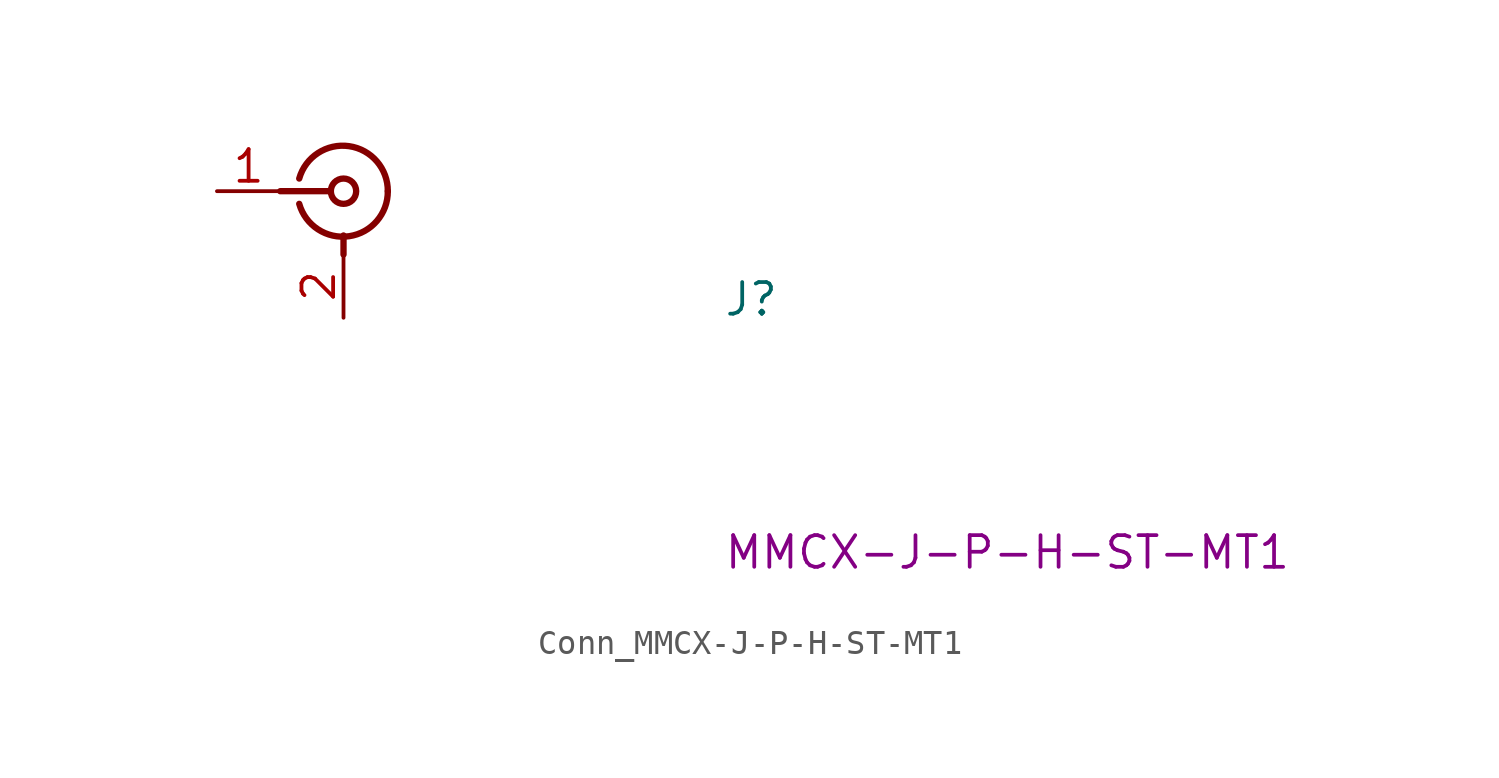
<source format=kicad_sym>
(kicad_symbol_lib
  (version 20220914)
  (generator kicad_symbol_editor)
  (symbol "Conn_MMCX-J-P-H-ST-MT1"
    (pin_names
      (offset 0.002) hide)
    (property "Reference" "J"
      (at 20.32 -5.08 0)
      (effects (font (size 1.27 1.27) (thickness 0.15)) (justify left bottom)))
    (property "MPN" "MMCX-J-P-H-ST-MT1"
      (at 20.32 -15.24 0)
      (effects (font (size 1.27 1.27) (thickness 0.15)) (justify left bottom)))
    (symbol "Conn_MMCX-J-P-H-ST-MT1_1_1"
      (polyline (pts (xy 2.54 0) (xy 4.572 0)) (stroke (width 0.254) (type default)) (fill (type background)))
      (polyline (pts (xy 5.08 -2.54) (xy 5.08 -1.778)) (stroke (width 0.254) (type default)) (fill (type background)))
      (arc (start 3.302 -0.508) (mid 5.302 -1.808) (end 6.858 0) (stroke (width 0.254) (type default)) (fill (type none)))
      (circle (center 5.08 0) (radius 0.508) (stroke (width 0.254) (type default)) (fill (type none)))
      (arc (start 6.858 0) (mid 5.302 1.8083) (end 3.302 0.508) (stroke (width 0.254) (type default)) (fill (type none)))
      (pin passive line (at 0 0 0) (length 2.54) (name "1" (effects (font (size 1.27 1.27)))) (number "1" (effects (font (size 1.27 1.27)))))
      (pin passive line (at 5.08 -5.08 90) (length 2.54) (name "2" (effects (font (size 1.27 1.27)))) (number "2" (effects (font (size 1.27 1.27))))))))
</source>
